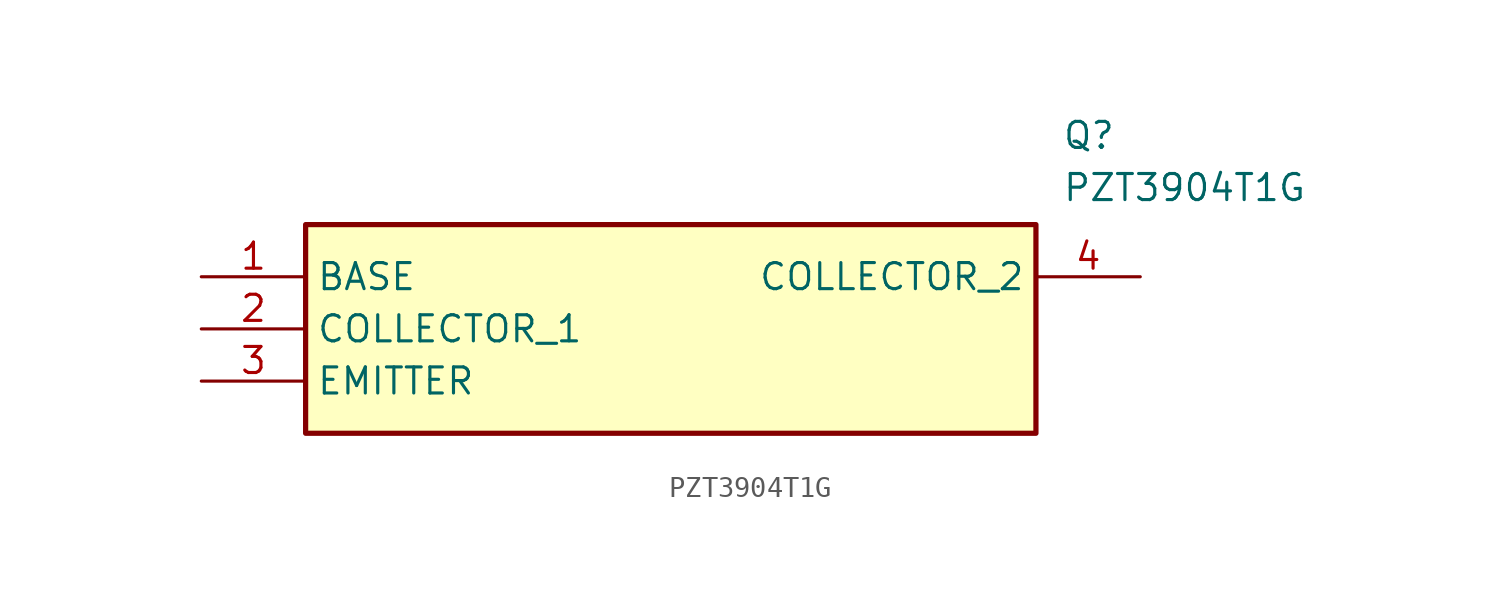
<source format=kicad_sym>
(kicad_symbol_lib
  (version 20211014)
  (generator SamacSys_ECAD_Model)
  (symbol "PZT3904T1G"
    (property "Reference" "Q"
      (at 41.91 7.62 0)
      (effects (font (size 1.27 1.27)) (justify left top)))
    (property "Value" "PZT3904T1G"
      (at 41.91 5.08 0)
      (effects (font (size 1.27 1.27)) (justify left top)))
    (rectangle
      (start 5.08 2.54)
      (end 40.64 -7.62)
      (stroke (width 0.254) (type default))
      (fill (type background)))
    (pin passive line
      (at 0 0 0)
      (length 5.08)
      (name "BASE" (effects (font (size 1.27 1.27))))
      (number "1" (effects (font (size 1.27 1.27)))))
    (pin passive line
      (at 0 -2.54 0)
      (length 5.08)
      (name "COLLECTOR_1" (effects (font (size 1.27 1.27))))
      (number "2" (effects (font (size 1.27 1.27)))))
    (pin passive line
      (at 0 -5.08 0)
      (length 5.08)
      (name "EMITTER" (effects (font (size 1.27 1.27))))
      (number "3" (effects (font (size 1.27 1.27)))))
    (pin passive line
      (at 45.72 0 180)
      (length 5.08)
      (name "COLLECTOR_2" (effects (font (size 1.27 1.27))))
      (number "4" (effects (font (size 1.27 1.27)))))))
</source>
